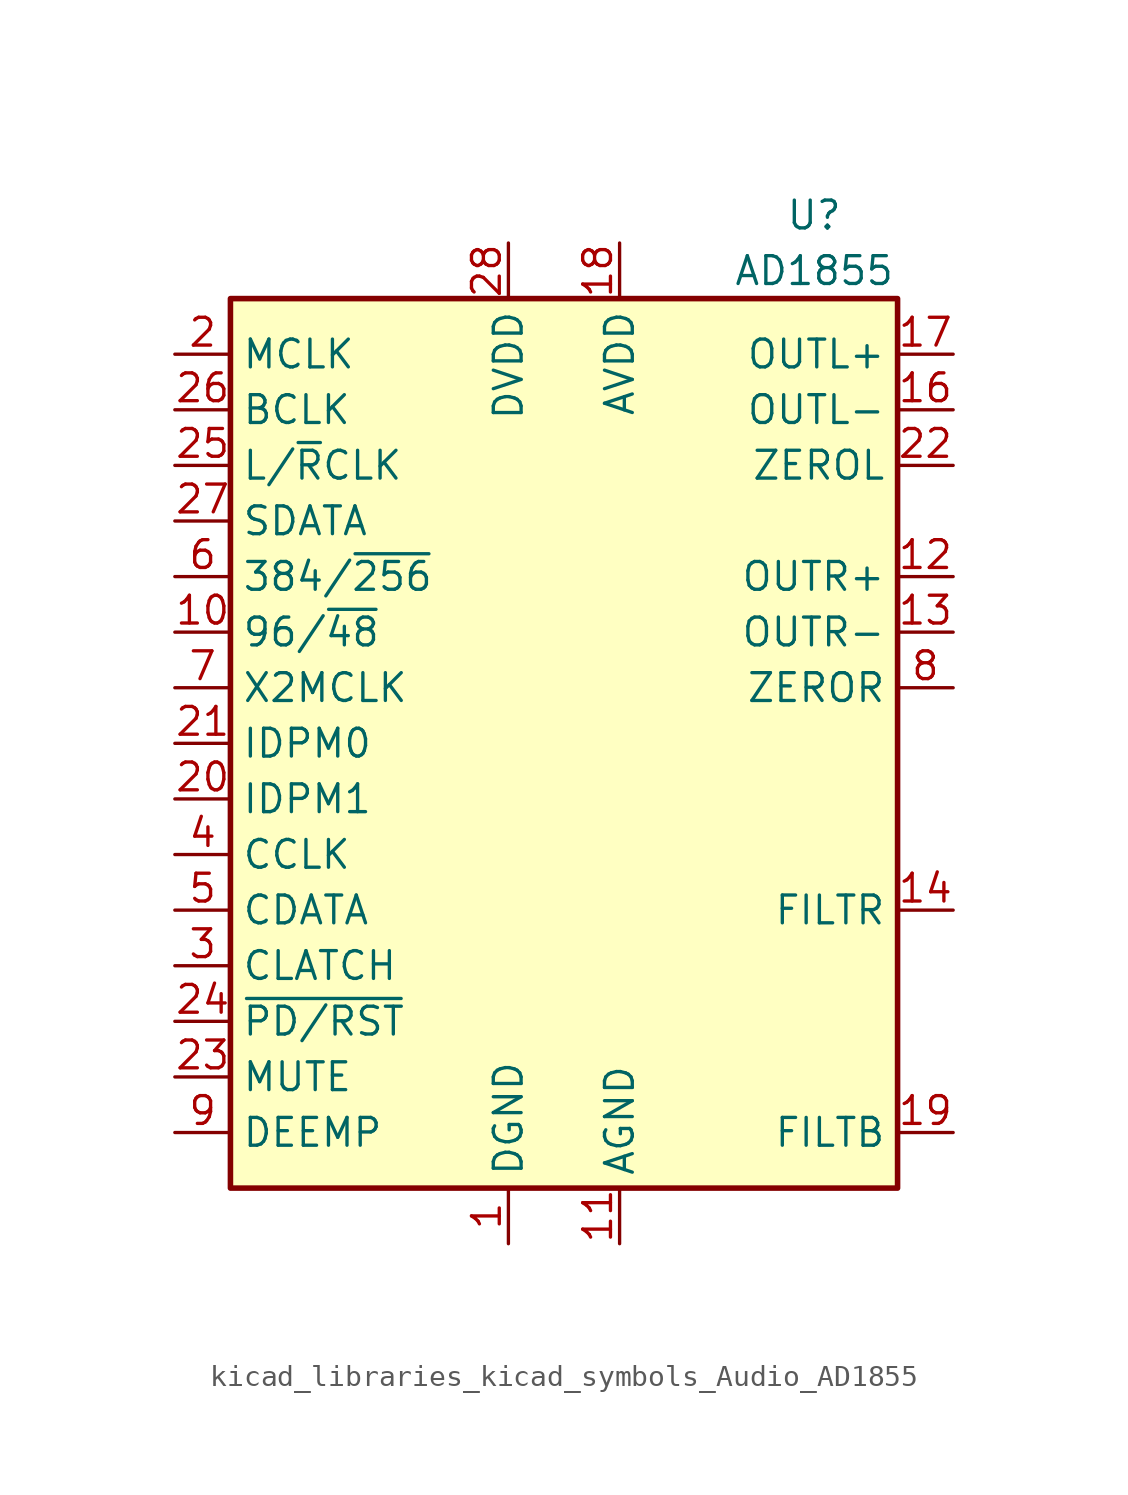
<source format=kicad_sym>
(kicad_symbol_lib
  (version 20220914)
  (generator kicad_symbol_editor)
  (symbol "kicad_libraries_kicad_symbols_Audio_AD1855"
    (property "Reference" "U"
      (at 11.43 24.13 0)
      (effects (font (size 1.27 1.27))))
    (property "Value" "AD1855"
      (at 11.43 21.59 0)
      (effects (font (size 1.27 1.27))))
    (symbol "kicad_libraries_kicad_symbols_Audio_AD1855_0_1"
      (rectangle (start -15.24 20.32) (end 15.24 -20.32) (stroke (width 0.254) (type default)) (fill (type background))))
    (symbol "kicad_libraries_kicad_symbols_Audio_AD1855_1_1"
      (pin power_in line (at -2.54 -22.86 90) (length 2.54) (name "DGND" (effects (font (size 1.27 1.27)))) (number "1" (effects (font (size 1.27 1.27)))))
      (pin input line (at -17.78 5.08 0) (length 2.54) (name "96/~{48}" (effects (font (size 1.27 1.27)))) (number "10" (effects (font (size 1.27 1.27)))))
      (pin power_in line (at 2.54 -22.86 90) (length 2.54) (name "AGND" (effects (font (size 1.27 1.27)))) (number "11" (effects (font (size 1.27 1.27)))))
      (pin output line (at 17.78 7.62 180) (length 2.54) (name "OUTR+" (effects (font (size 1.27 1.27)))) (number "12" (effects (font (size 1.27 1.27)))))
      (pin output line (at 17.78 5.08 180) (length 2.54) (name "OUTR-" (effects (font (size 1.27 1.27)))) (number "13" (effects (font (size 1.27 1.27)))))
      (pin output line (at 17.78 -7.62 180) (length 2.54) (name "FILTR" (effects (font (size 1.27 1.27)))) (number "14" (effects (font (size 1.27 1.27)))))
      (pin passive line (at 2.54 -22.86 90) (length 2.54) hide (name "AGND" (effects (font (size 1.27 1.27)))) (number "15" (effects (font (size 1.27 1.27)))))
      (pin output line (at 17.78 15.24 180) (length 2.54) (name "OUTL-" (effects (font (size 1.27 1.27)))) (number "16" (effects (font (size 1.27 1.27)))))
      (pin output line (at 17.78 17.78 180) (length 2.54) (name "OUTL+" (effects (font (size 1.27 1.27)))) (number "17" (effects (font (size 1.27 1.27)))))
      (pin power_in line (at 2.54 22.86 270) (length 2.54) (name "AVDD" (effects (font (size 1.27 1.27)))) (number "18" (effects (font (size 1.27 1.27)))))
      (pin output line (at 17.78 -17.78 180) (length 2.54) (name "FILTB" (effects (font (size 1.27 1.27)))) (number "19" (effects (font (size 1.27 1.27)))))
      (pin input line (at -17.78 17.78 0) (length 2.54) (name "MCLK" (effects (font (size 1.27 1.27)))) (number "2" (effects (font (size 1.27 1.27)))))
      (pin input line (at -17.78 -2.54 0) (length 2.54) (name "IDPM1" (effects (font (size 1.27 1.27)))) (number "20" (effects (font (size 1.27 1.27)))))
      (pin input line (at -17.78 0 0) (length 2.54) (name "IDPM0" (effects (font (size 1.27 1.27)))) (number "21" (effects (font (size 1.27 1.27)))))
      (pin output line (at 17.78 12.7 180) (length 2.54) (name "ZEROL" (effects (font (size 1.27 1.27)))) (number "22" (effects (font (size 1.27 1.27)))))
      (pin input line (at -17.78 -15.24 0) (length 2.54) (name "MUTE" (effects (font (size 1.27 1.27)))) (number "23" (effects (font (size 1.27 1.27)))))
      (pin input line (at -17.78 -12.7 0) (length 2.54) (name "~{PD/RST}" (effects (font (size 1.27 1.27)))) (number "24" (effects (font (size 1.27 1.27)))))
      (pin input line (at -17.78 12.7 0) (length 2.54) (name "L/~{R}CLK" (effects (font (size 1.27 1.27)))) (number "25" (effects (font (size 1.27 1.27)))))
      (pin input line (at -17.78 15.24 0) (length 2.54) (name "BCLK" (effects (font (size 1.27 1.27)))) (number "26" (effects (font (size 1.27 1.27)))))
      (pin input line (at -17.78 10.16 0) (length 2.54) (name "SDATA" (effects (font (size 1.27 1.27)))) (number "27" (effects (font (size 1.27 1.27)))))
      (pin power_in line (at -2.54 22.86 270) (length 2.54) (name "DVDD" (effects (font (size 1.27 1.27)))) (number "28" (effects (font (size 1.27 1.27)))))
      (pin input line (at -17.78 -10.16 0) (length 2.54) (name "CLATCH" (effects (font (size 1.27 1.27)))) (number "3" (effects (font (size 1.27 1.27)))))
      (pin input line (at -17.78 -5.08 0) (length 2.54) (name "CCLK" (effects (font (size 1.27 1.27)))) (number "4" (effects (font (size 1.27 1.27)))))
      (pin input line (at -17.78 -7.62 0) (length 2.54) (name "CDATA" (effects (font (size 1.27 1.27)))) (number "5" (effects (font (size 1.27 1.27)))))
      (pin input line (at -17.78 7.62 0) (length 2.54) (name "384/~{256}" (effects (font (size 1.27 1.27)))) (number "6" (effects (font (size 1.27 1.27)))))
      (pin input line (at -17.78 2.54 0) (length 2.54) (name "X2MCLK" (effects (font (size 1.27 1.27)))) (number "7" (effects (font (size 1.27 1.27)))))
      (pin output line (at 17.78 2.54 180) (length 2.54) (name "ZEROR" (effects (font (size 1.27 1.27)))) (number "8" (effects (font (size 1.27 1.27)))))
      (pin input line (at -17.78 -17.78 0) (length 2.54) (name "DEEMP" (effects (font (size 1.27 1.27)))) (number "9" (effects (font (size 1.27 1.27))))))))
</source>
